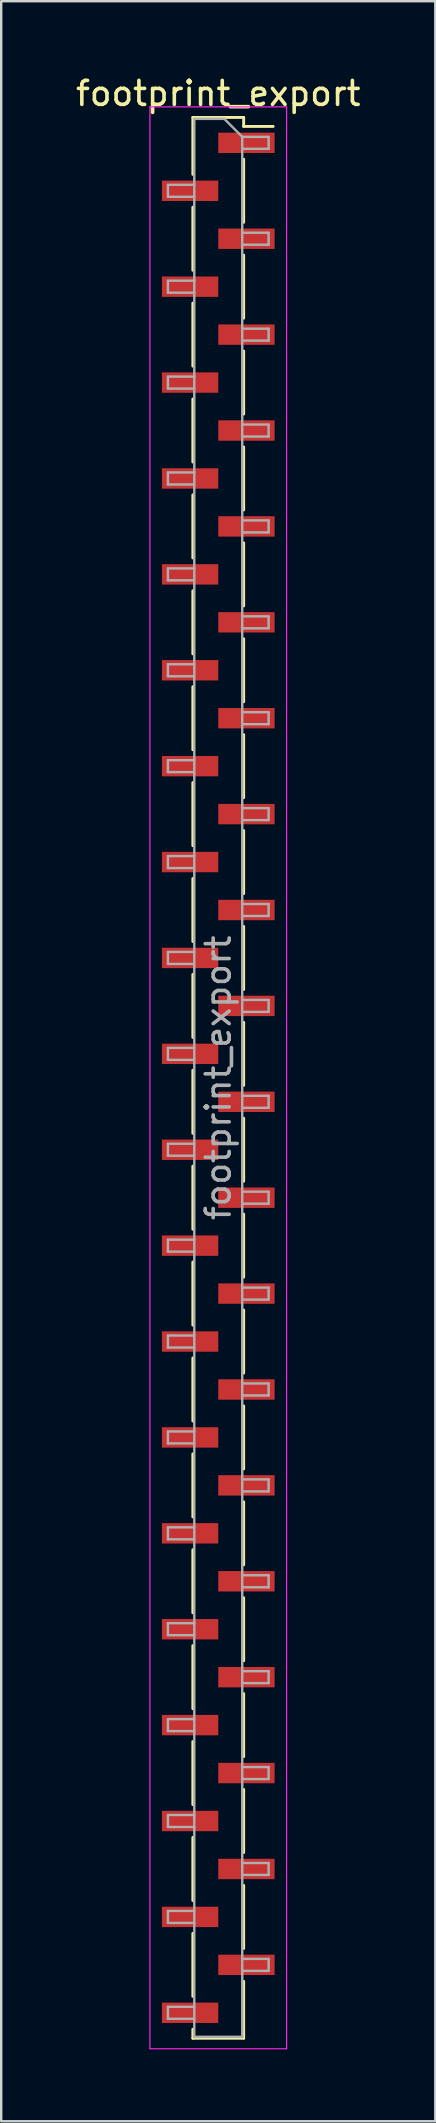
<source format=kicad_pcb>
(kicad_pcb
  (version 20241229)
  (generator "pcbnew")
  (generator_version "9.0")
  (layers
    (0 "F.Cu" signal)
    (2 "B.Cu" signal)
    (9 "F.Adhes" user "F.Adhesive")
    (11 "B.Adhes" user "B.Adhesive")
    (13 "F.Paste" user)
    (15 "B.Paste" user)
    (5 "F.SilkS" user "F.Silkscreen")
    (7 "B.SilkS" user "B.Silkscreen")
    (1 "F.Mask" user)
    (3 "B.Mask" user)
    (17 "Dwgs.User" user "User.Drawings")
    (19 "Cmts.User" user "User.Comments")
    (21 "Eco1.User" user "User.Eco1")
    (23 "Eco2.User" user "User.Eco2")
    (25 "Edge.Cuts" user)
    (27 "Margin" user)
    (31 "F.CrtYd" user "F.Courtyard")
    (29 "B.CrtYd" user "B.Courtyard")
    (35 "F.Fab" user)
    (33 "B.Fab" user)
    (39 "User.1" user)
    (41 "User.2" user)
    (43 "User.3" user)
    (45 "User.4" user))
  (footprint "footprint_export"
    (layer "F.Cu")
    (at 6.054 41.908)
    (property "Reference" "footprint_export" (at 0 -41.06 0) (layer "F.SilkS") (effects (font (size 1 1) (thickness 0.15))))
    (attr smd)
    (fp_line (start -1.06 -40.06) (end -1.06 -37.685) (stroke (width 0.12) (type solid)) (layer "F.SilkS"))
    (fp_line (start -1.06 -40.06) (end 1.06 -40.06) (stroke (width 0.12) (type solid)) (layer "F.SilkS"))
    (fp_line (start -1.06 -36.315) (end -1.06 -33.685) (stroke (width 0.12) (type solid)) (layer "F.SilkS"))
    (fp_line (start -1.06 -32.315) (end -1.06 -29.685) (stroke (width 0.12) (type solid)) (layer "F.SilkS"))
    (fp_line (start -1.06 -28.315) (end -1.06 -25.685) (stroke (width 0.12) (type solid)) (layer "F.SilkS"))
    (fp_line (start -1.06 -24.315) (end -1.06 -21.685) (stroke (width 0.12) (type solid)) (layer "F.SilkS"))
    (fp_line (start -1.06 -20.315) (end -1.06 -17.685) (stroke (width 0.12) (type solid)) (layer "F.SilkS"))
    (fp_line (start -1.06 -16.315) (end -1.06 -13.685) (stroke (width 0.12) (type solid)) (layer "F.SilkS"))
    (fp_line (start -1.06 -12.315) (end -1.06 -9.685) (stroke (width 0.12) (type solid)) (layer "F.SilkS"))
    (fp_line (start -1.06 -8.315) (end -1.06 -5.685) (stroke (width 0.12) (type solid)) (layer "F.SilkS"))
    (fp_line (start -1.06 -4.315) (end -1.06 -1.685) (stroke (width 0.12) (type solid)) (layer "F.SilkS"))
    (fp_line (start -1.06 -0.315) (end -1.06 2.315) (stroke (width 0.12) (type solid)) (layer "F.SilkS"))
    (fp_line (start -1.06 3.685) (end -1.06 6.315) (stroke (width 0.12) (type solid)) (layer "F.SilkS"))
    (fp_line (start -1.06 7.685) (end -1.06 10.315) (stroke (width 0.12) (type solid)) (layer "F.SilkS"))
    (fp_line (start -1.06 11.685) (end -1.06 14.315) (stroke (width 0.12) (type solid)) (layer "F.SilkS"))
    (fp_line (start -1.06 15.685) (end -1.06 18.315) (stroke (width 0.12) (type solid)) (layer "F.SilkS"))
    (fp_line (start -1.06 19.685) (end -1.06 22.315) (stroke (width 0.12) (type solid)) (layer "F.SilkS"))
    (fp_line (start -1.06 23.685) (end -1.06 26.315) (stroke (width 0.12) (type solid)) (layer "F.SilkS"))
    (fp_line (start -1.06 27.685) (end -1.06 30.315) (stroke (width 0.12) (type solid)) (layer "F.SilkS"))
    (fp_line (start -1.06 31.685) (end -1.06 34.315) (stroke (width 0.12) (type solid)) (layer "F.SilkS"))
    (fp_line (start -1.06 35.685) (end -1.06 38.315) (stroke (width 0.12) (type solid)) (layer "F.SilkS"))
    (fp_line (start -1.06 39.685) (end -1.06 40.06) (stroke (width 0.12) (type solid)) (layer "F.SilkS"))
    (fp_line (start -1.06 40.06) (end 1.06 40.06) (stroke (width 0.12) (type solid)) (layer "F.SilkS"))
    (fp_line (start 1.06 -40.06) (end 1.06 -39.685) (stroke (width 0.12) (type solid)) (layer "F.SilkS"))
    (fp_line (start 1.06 -39.685) (end 2.29 -39.685) (stroke (width 0.12) (type solid)) (layer "F.SilkS"))
    (fp_line (start 1.06 -38.315) (end 1.06 -35.685) (stroke (width 0.12) (type solid)) (layer "F.SilkS"))
    (fp_line (start 1.06 -34.315) (end 1.06 -31.685) (stroke (width 0.12) (type solid)) (layer "F.SilkS"))
    (fp_line (start 1.06 -30.315) (end 1.06 -27.685) (stroke (width 0.12) (type solid)) (layer "F.SilkS"))
    (fp_line (start 1.06 -26.315) (end 1.06 -23.685) (stroke (width 0.12) (type solid)) (layer "F.SilkS"))
    (fp_line (start 1.06 -22.315) (end 1.06 -19.685) (stroke (width 0.12) (type solid)) (layer "F.SilkS"))
    (fp_line (start 1.06 -18.315) (end 1.06 -15.685) (stroke (width 0.12) (type solid)) (layer "F.SilkS"))
    (fp_line (start 1.06 -14.315) (end 1.06 -11.685) (stroke (width 0.12) (type solid)) (layer "F.SilkS"))
    (fp_line (start 1.06 -10.315) (end 1.06 -7.685) (stroke (width 0.12) (type solid)) (layer "F.SilkS"))
    (fp_line (start 1.06 -6.315) (end 1.06 -3.685) (stroke (width 0.12) (type solid)) (layer "F.SilkS"))
    (fp_line (start 1.06 -2.315) (end 1.06 0.315) (stroke (width 0.12) (type solid)) (layer "F.SilkS"))
    (fp_line (start 1.06 1.685) (end 1.06 4.315) (stroke (width 0.12) (type solid)) (layer "F.SilkS"))
    (fp_line (start 1.06 5.685) (end 1.06 8.315) (stroke (width 0.12) (type solid)) (layer "F.SilkS"))
    (fp_line (start 1.06 9.685) (end 1.06 12.315) (stroke (width 0.12) (type solid)) (layer "F.SilkS"))
    (fp_line (start 1.06 13.685) (end 1.06 16.315) (stroke (width 0.12) (type solid)) (layer "F.SilkS"))
    (fp_line (start 1.06 17.685) (end 1.06 20.315) (stroke (width 0.12) (type solid)) (layer "F.SilkS"))
    (fp_line (start 1.06 21.685) (end 1.06 24.315) (stroke (width 0.12) (type solid)) (layer "F.SilkS"))
    (fp_line (start 1.06 25.685) (end 1.06 28.315) (stroke (width 0.12) (type solid)) (layer "F.SilkS"))
    (fp_line (start 1.06 29.685) (end 1.06 32.315) (stroke (width 0.12) (type solid)) (layer "F.SilkS"))
    (fp_line (start 1.06 33.685) (end 1.06 36.315) (stroke (width 0.12) (type solid)) (layer "F.SilkS"))
    (fp_line (start 1.06 37.685) (end 1.06 40.06) (stroke (width 0.12) (type solid)) (layer "F.SilkS"))
    (fp_line (start -2.85 -40.5) (end -2.85 40.5) (stroke (width 0.05) (type solid)) (layer "F.CrtYd"))
    (fp_line (start -2.85 40.5) (end 2.85 40.5) (stroke (width 0.05) (type solid)) (layer "F.CrtYd"))
    (fp_line (start 2.85 -40.5) (end -2.85 -40.5) (stroke (width 0.05) (type solid)) (layer "F.CrtYd"))
    (fp_line (start 2.85 40.5) (end 2.85 -40.5) (stroke (width 0.05) (type solid)) (layer "F.CrtYd"))
    (fp_line (start -2.1 -37.25) (end -2.1 -36.75) (stroke (width 0.1) (type solid)) (layer "F.Fab"))
    (fp_line (start -2.1 -36.75) (end -1 -36.75) (stroke (width 0.1) (type solid)) (layer "F.Fab"))
    (fp_line (start -2.1 -33.25) (end -2.1 -32.75) (stroke (width 0.1) (type solid)) (layer "F.Fab"))
    (fp_line (start -2.1 -32.75) (end -1 -32.75) (stroke (width 0.1) (type solid)) (layer "F.Fab"))
    (fp_line (start -2.1 -29.25) (end -2.1 -28.75) (stroke (width 0.1) (type solid)) (layer "F.Fab"))
    (fp_line (start -2.1 -28.75) (end -1 -28.75) (stroke (width 0.1) (type solid)) (layer "F.Fab"))
    (fp_line (start -2.1 -25.25) (end -2.1 -24.75) (stroke (width 0.1) (type solid)) (layer "F.Fab"))
    (fp_line (start -2.1 -24.75) (end -1 -24.75) (stroke (width 0.1) (type solid)) (layer "F.Fab"))
    (fp_line (start -2.1 -21.25) (end -2.1 -20.75) (stroke (width 0.1) (type solid)) (layer "F.Fab"))
    (fp_line (start -2.1 -20.75) (end -1 -20.75) (stroke (width 0.1) (type solid)) (layer "F.Fab"))
    (fp_line (start -2.1 -17.25) (end -2.1 -16.75) (stroke (width 0.1) (type solid)) (layer "F.Fab"))
    (fp_line (start -2.1 -16.75) (end -1 -16.75) (stroke (width 0.1) (type solid)) (layer "F.Fab"))
    (fp_line (start -2.1 -13.25) (end -2.1 -12.75) (stroke (width 0.1) (type solid)) (layer "F.Fab"))
    (fp_line (start -2.1 -12.75) (end -1 -12.75) (stroke (width 0.1) (type solid)) (layer "F.Fab"))
    (fp_line (start -2.1 -9.25) (end -2.1 -8.75) (stroke (width 0.1) (type solid)) (layer "F.Fab"))
    (fp_line (start -2.1 -8.75) (end -1 -8.75) (stroke (width 0.1) (type solid)) (layer "F.Fab"))
    (fp_line (start -2.1 -5.25) (end -2.1 -4.75) (stroke (width 0.1) (type solid)) (layer "F.Fab"))
    (fp_line (start -2.1 -4.75) (end -1 -4.75) (stroke (width 0.1) (type solid)) (layer "F.Fab"))
    (fp_line (start -2.1 -1.25) (end -2.1 -0.75) (stroke (width 0.1) (type solid)) (layer "F.Fab"))
    (fp_line (start -2.1 -0.75) (end -1 -0.75) (stroke (width 0.1) (type solid)) (layer "F.Fab"))
    (fp_line (start -2.1 2.75) (end -2.1 3.25) (stroke (width 0.1) (type solid)) (layer "F.Fab"))
    (fp_line (start -2.1 3.25) (end -1 3.25) (stroke (width 0.1) (type solid)) (layer "F.Fab"))
    (fp_line (start -2.1 6.75) (end -2.1 7.25) (stroke (width 0.1) (type solid)) (layer "F.Fab"))
    (fp_line (start -2.1 7.25) (end -1 7.25) (stroke (width 0.1) (type solid)) (layer "F.Fab"))
    (fp_line (start -2.1 10.75) (end -2.1 11.25) (stroke (width 0.1) (type solid)) (layer "F.Fab"))
    (fp_line (start -2.1 11.25) (end -1 11.25) (stroke (width 0.1) (type solid)) (layer "F.Fab"))
    (fp_line (start -2.1 14.75) (end -2.1 15.25) (stroke (width 0.1) (type solid)) (layer "F.Fab"))
    (fp_line (start -2.1 15.25) (end -1 15.25) (stroke (width 0.1) (type solid)) (layer "F.Fab"))
    (fp_line (start -2.1 18.75) (end -2.1 19.25) (stroke (width 0.1) (type solid)) (layer "F.Fab"))
    (fp_line (start -2.1 19.25) (end -1 19.25) (stroke (width 0.1) (type solid)) (layer "F.Fab"))
    (fp_line (start -2.1 22.75) (end -2.1 23.25) (stroke (width 0.1) (type solid)) (layer "F.Fab"))
    (fp_line (start -2.1 23.25) (end -1 23.25) (stroke (width 0.1) (type solid)) (layer "F.Fab"))
    (fp_line (start -2.1 26.75) (end -2.1 27.25) (stroke (width 0.1) (type solid)) (layer "F.Fab"))
    (fp_line (start -2.1 27.25) (end -1 27.25) (stroke (width 0.1) (type solid)) (layer "F.Fab"))
    (fp_line (start -2.1 30.75) (end -2.1 31.25) (stroke (width 0.1) (type solid)) (layer "F.Fab"))
    (fp_line (start -2.1 31.25) (end -1 31.25) (stroke (width 0.1) (type solid)) (layer "F.Fab"))
    (fp_line (start -2.1 34.75) (end -2.1 35.25) (stroke (width 0.1) (type solid)) (layer "F.Fab"))
    (fp_line (start -2.1 35.25) (end -1 35.25) (stroke (width 0.1) (type solid)) (layer "F.Fab"))
    (fp_line (start -2.1 38.75) (end -2.1 39.25) (stroke (width 0.1) (type solid)) (layer "F.Fab"))
    (fp_line (start -2.1 39.25) (end -1 39.25) (stroke (width 0.1) (type solid)) (layer "F.Fab"))
    (fp_line (start -1 -40) (end -1 40) (stroke (width 0.1) (type solid)) (layer "F.Fab"))
    (fp_line (start -1 -40) (end 0.25 -40) (stroke (width 0.1) (type solid)) (layer "F.Fab"))
    (fp_line (start -1 -37.25) (end -2.1 -37.25) (stroke (width 0.1) (type solid)) (layer "F.Fab"))
    (fp_line (start -1 -33.25) (end -2.1 -33.25) (stroke (width 0.1) (type solid)) (layer "F.Fab"))
    (fp_line (start -1 -29.25) (end -2.1 -29.25) (stroke (width 0.1) (type solid)) (layer "F.Fab"))
    (fp_line (start -1 -25.25) (end -2.1 -25.25) (stroke (width 0.1) (type solid)) (layer "F.Fab"))
    (fp_line (start -1 -21.25) (end -2.1 -21.25) (stroke (width 0.1) (type solid)) (layer "F.Fab"))
    (fp_line (start -1 -17.25) (end -2.1 -17.25) (stroke (width 0.1) (type solid)) (layer "F.Fab"))
    (fp_line (start -1 -13.25) (end -2.1 -13.25) (stroke (width 0.1) (type solid)) (layer "F.Fab"))
    (fp_line (start -1 -9.25) (end -2.1 -9.25) (stroke (width 0.1) (type solid)) (layer "F.Fab"))
    (fp_line (start -1 -5.25) (end -2.1 -5.25) (stroke (width 0.1) (type solid)) (layer "F.Fab"))
    (fp_line (start -1 -1.25) (end -2.1 -1.25) (stroke (width 0.1) (type solid)) (layer "F.Fab"))
    (fp_line (start -1 2.75) (end -2.1 2.75) (stroke (width 0.1) (type solid)) (layer "F.Fab"))
    (fp_line (start -1 6.75) (end -2.1 6.75) (stroke (width 0.1) (type solid)) (layer "F.Fab"))
    (fp_line (start -1 10.75) (end -2.1 10.75) (stroke (width 0.1) (type solid)) (layer "F.Fab"))
    (fp_line (start -1 14.75) (end -2.1 14.75) (stroke (width 0.1) (type solid)) (layer "F.Fab"))
    (fp_line (start -1 18.75) (end -2.1 18.75) (stroke (width 0.1) (type solid)) (layer "F.Fab"))
    (fp_line (start -1 22.75) (end -2.1 22.75) (stroke (width 0.1) (type solid)) (layer "F.Fab"))
    (fp_line (start -1 26.75) (end -2.1 26.75) (stroke (width 0.1) (type solid)) (layer "F.Fab"))
    (fp_line (start -1 30.75) (end -2.1 30.75) (stroke (width 0.1) (type solid)) (layer "F.Fab"))
    (fp_line (start -1 34.75) (end -2.1 34.75) (stroke (width 0.1) (type solid)) (layer "F.Fab"))
    (fp_line (start -1 38.75) (end -2.1 38.75) (stroke (width 0.1) (type solid)) (layer "F.Fab"))
    (fp_line (start 1 -39.25) (end 0.25 -40) (stroke (width 0.1) (type solid)) (layer "F.Fab"))
    (fp_line (start 1 -39.25) (end 2.1 -39.25) (stroke (width 0.1) (type solid)) (layer "F.Fab"))
    (fp_line (start 1 -35.25) (end 2.1 -35.25) (stroke (width 0.1) (type solid)) (layer "F.Fab"))
    (fp_line (start 1 -31.25) (end 2.1 -31.25) (stroke (width 0.1) (type solid)) (layer "F.Fab"))
    (fp_line (start 1 -27.25) (end 2.1 -27.25) (stroke (width 0.1) (type solid)) (layer "F.Fab"))
    (fp_line (start 1 -23.25) (end 2.1 -23.25) (stroke (width 0.1) (type solid)) (layer "F.Fab"))
    (fp_line (start 1 -19.25) (end 2.1 -19.25) (stroke (width 0.1) (type solid)) (layer "F.Fab"))
    (fp_line (start 1 -15.25) (end 2.1 -15.25) (stroke (width 0.1) (type solid)) (layer "F.Fab"))
    (fp_line (start 1 -11.25) (end 2.1 -11.25) (stroke (width 0.1) (type solid)) (layer "F.Fab"))
    (fp_line (start 1 -7.25) (end 2.1 -7.25) (stroke (width 0.1) (type solid)) (layer "F.Fab"))
    (fp_line (start 1 -3.25) (end 2.1 -3.25) (stroke (width 0.1) (type solid)) (layer "F.Fab"))
    (fp_line (start 1 0.75) (end 2.1 0.75) (stroke (width 0.1) (type solid)) (layer "F.Fab"))
    (fp_line (start 1 4.75) (end 2.1 4.75) (stroke (width 0.1) (type solid)) (layer "F.Fab"))
    (fp_line (start 1 8.75) (end 2.1 8.75) (stroke (width 0.1) (type solid)) (layer "F.Fab"))
    (fp_line (start 1 12.75) (end 2.1 12.75) (stroke (width 0.1) (type solid)) (layer "F.Fab"))
    (fp_line (start 1 16.75) (end 2.1 16.75) (stroke (width 0.1) (type solid)) (layer "F.Fab"))
    (fp_line (start 1 20.75) (end 2.1 20.75) (stroke (width 0.1) (type solid)) (layer "F.Fab"))
    (fp_line (start 1 24.75) (end 2.1 24.75) (stroke (width 0.1) (type solid)) (layer "F.Fab"))
    (fp_line (start 1 28.75) (end 2.1 28.75) (stroke (width 0.1) (type solid)) (layer "F.Fab"))
    (fp_line (start 1 32.75) (end 2.1 32.75) (stroke (width 0.1) (type solid)) (layer "F.Fab"))
    (fp_line (start 1 36.75) (end 2.1 36.75) (stroke (width 0.1) (type solid)) (layer "F.Fab"))
    (fp_line (start 1 40) (end -1 40) (stroke (width 0.1) (type solid)) (layer "F.Fab"))
    (fp_line (start 1 40) (end 1 -39.25) (stroke (width 0.1) (type solid)) (layer "F.Fab"))
    (fp_line (start 2.1 -39.25) (end 2.1 -38.75) (stroke (width 0.1) (type solid)) (layer "F.Fab"))
    (fp_line (start 2.1 -38.75) (end 1 -38.75) (stroke (width 0.1) (type solid)) (layer "F.Fab"))
    (fp_line (start 2.1 -35.25) (end 2.1 -34.75) (stroke (width 0.1) (type solid)) (layer "F.Fab"))
    (fp_line (start 2.1 -34.75) (end 1 -34.75) (stroke (width 0.1) (type solid)) (layer "F.Fab"))
    (fp_line (start 2.1 -31.25) (end 2.1 -30.75) (stroke (width 0.1) (type solid)) (layer "F.Fab"))
    (fp_line (start 2.1 -30.75) (end 1 -30.75) (stroke (width 0.1) (type solid)) (layer "F.Fab"))
    (fp_line (start 2.1 -27.25) (end 2.1 -26.75) (stroke (width 0.1) (type solid)) (layer "F.Fab"))
    (fp_line (start 2.1 -26.75) (end 1 -26.75) (stroke (width 0.1) (type solid)) (layer "F.Fab"))
    (fp_line (start 2.1 -23.25) (end 2.1 -22.75) (stroke (width 0.1) (type solid)) (layer "F.Fab"))
    (fp_line (start 2.1 -22.75) (end 1 -22.75) (stroke (width 0.1) (type solid)) (layer "F.Fab"))
    (fp_line (start 2.1 -19.25) (end 2.1 -18.75) (stroke (width 0.1) (type solid)) (layer "F.Fab"))
    (fp_line (start 2.1 -18.75) (end 1 -18.75) (stroke (width 0.1) (type solid)) (layer "F.Fab"))
    (fp_line (start 2.1 -15.25) (end 2.1 -14.75) (stroke (width 0.1) (type solid)) (layer "F.Fab"))
    (fp_line (start 2.1 -14.75) (end 1 -14.75) (stroke (width 0.1) (type solid)) (layer "F.Fab"))
    (fp_line (start 2.1 -11.25) (end 2.1 -10.75) (stroke (width 0.1) (type solid)) (layer "F.Fab"))
    (fp_line (start 2.1 -10.75) (end 1 -10.75) (stroke (width 0.1) (type solid)) (layer "F.Fab"))
    (fp_line (start 2.1 -7.25) (end 2.1 -6.75) (stroke (width 0.1) (type solid)) (layer "F.Fab"))
    (fp_line (start 2.1 -6.75) (end 1 -6.75) (stroke (width 0.1) (type solid)) (layer "F.Fab"))
    (fp_line (start 2.1 -3.25) (end 2.1 -2.75) (stroke (width 0.1) (type solid)) (layer "F.Fab"))
    (fp_line (start 2.1 -2.75) (end 1 -2.75) (stroke (width 0.1) (type solid)) (layer "F.Fab"))
    (fp_line (start 2.1 0.75) (end 2.1 1.25) (stroke (width 0.1) (type solid)) (layer "F.Fab"))
    (fp_line (start 2.1 1.25) (end 1 1.25) (stroke (width 0.1) (type solid)) (layer "F.Fab"))
    (fp_line (start 2.1 4.75) (end 2.1 5.25) (stroke (width 0.1) (type solid)) (layer "F.Fab"))
    (fp_line (start 2.1 5.25) (end 1 5.25) (stroke (width 0.1) (type solid)) (layer "F.Fab"))
    (fp_line (start 2.1 8.75) (end 2.1 9.25) (stroke (width 0.1) (type solid)) (layer "F.Fab"))
    (fp_line (start 2.1 9.25) (end 1 9.25) (stroke (width 0.1) (type solid)) (layer "F.Fab"))
    (fp_line (start 2.1 12.75) (end 2.1 13.25) (stroke (width 0.1) (type solid)) (layer "F.Fab"))
    (fp_line (start 2.1 13.25) (end 1 13.25) (stroke (width 0.1) (type solid)) (layer "F.Fab"))
    (fp_line (start 2.1 16.75) (end 2.1 17.25) (stroke (width 0.1) (type solid)) (layer "F.Fab"))
    (fp_line (start 2.1 17.25) (end 1 17.25) (stroke (width 0.1) (type solid)) (layer "F.Fab"))
    (fp_line (start 2.1 20.75) (end 2.1 21.25) (stroke (width 0.1) (type solid)) (layer "F.Fab"))
    (fp_line (start 2.1 21.25) (end 1 21.25) (stroke (width 0.1) (type solid)) (layer "F.Fab"))
    (fp_line (start 2.1 24.75) (end 2.1 25.25) (stroke (width 0.1) (type solid)) (layer "F.Fab"))
    (fp_line (start 2.1 25.25) (end 1 25.25) (stroke (width 0.1) (type solid)) (layer "F.Fab"))
    (fp_line (start 2.1 28.75) (end 2.1 29.25) (stroke (width 0.1) (type solid)) (layer "F.Fab"))
    (fp_line (start 2.1 29.25) (end 1 29.25) (stroke (width 0.1) (type solid)) (layer "F.Fab"))
    (fp_line (start 2.1 32.75) (end 2.1 33.25) (stroke (width 0.1) (type solid)) (layer "F.Fab"))
    (fp_line (start 2.1 33.25) (end 1 33.25) (stroke (width 0.1) (type solid)) (layer "F.Fab"))
    (fp_line (start 2.1 36.75) (end 2.1 37.25) (stroke (width 0.1) (type solid)) (layer "F.Fab"))
    (fp_line (start 2.1 37.25) (end 1 37.25) (stroke (width 0.1) (type solid)) (layer "F.Fab"))
    (fp_text user "${REFERENCE}" (at 0 0 90) (layer "F.Fab") (effects (font (size 1 1) (thickness 0.15))))
    (pad "1" smd rect (at 1.175 -39) (size 2.35 0.85) (layers "F.Cu" "F.Mask" "F.Paste"))
    (pad "2" smd rect (at -1.175 -37) (size 2.35 0.85) (layers "F.Cu" "F.Mask" "F.Paste"))
    (pad "3" smd rect (at 1.175 -35) (size 2.35 0.85) (layers "F.Cu" "F.Mask" "F.Paste"))
    (pad "4" smd rect (at -1.175 -33) (size 2.35 0.85) (layers "F.Cu" "F.Mask" "F.Paste"))
    (pad "5" smd rect (at 1.175 -31) (size 2.35 0.85) (layers "F.Cu" "F.Mask" "F.Paste"))
    (pad "6" smd rect (at -1.175 -29) (size 2.35 0.85) (layers "F.Cu" "F.Mask" "F.Paste"))
    (pad "7" smd rect (at 1.175 -27) (size 2.35 0.85) (layers "F.Cu" "F.Mask" "F.Paste"))
    (pad "8" smd rect (at -1.175 -25) (size 2.35 0.85) (layers "F.Cu" "F.Mask" "F.Paste"))
    (pad "9" smd rect (at 1.175 -23) (size 2.35 0.85) (layers "F.Cu" "F.Mask" "F.Paste"))
    (pad "10" smd rect (at -1.175 -21) (size 2.35 0.85) (layers "F.Cu" "F.Mask" "F.Paste"))
    (pad "11" smd rect (at 1.175 -19) (size 2.35 0.85) (layers "F.Cu" "F.Mask" "F.Paste"))
    (pad "12" smd rect (at -1.175 -17) (size 2.35 0.85) (layers "F.Cu" "F.Mask" "F.Paste"))
    (pad "13" smd rect (at 1.175 -15) (size 2.35 0.85) (layers "F.Cu" "F.Mask" "F.Paste"))
    (pad "14" smd rect (at -1.175 -13) (size 2.35 0.85) (layers "F.Cu" "F.Mask" "F.Paste"))
    (pad "15" smd rect (at 1.175 -11) (size 2.35 0.85) (layers "F.Cu" "F.Mask" "F.Paste"))
    (pad "16" smd rect (at -1.175 -9) (size 2.35 0.85) (layers "F.Cu" "F.Mask" "F.Paste"))
    (pad "17" smd rect (at 1.175 -7) (size 2.35 0.85) (layers "F.Cu" "F.Mask" "F.Paste"))
    (pad "18" smd rect (at -1.175 -5) (size 2.35 0.85) (layers "F.Cu" "F.Mask" "F.Paste"))
    (pad "19" smd rect (at 1.175 -3) (size 2.35 0.85) (layers "F.Cu" "F.Mask" "F.Paste"))
    (pad "20" smd rect (at -1.175 -1) (size 2.35 0.85) (layers "F.Cu" "F.Mask" "F.Paste"))
    (pad "21" smd rect (at 1.175 1) (size 2.35 0.85) (layers "F.Cu" "F.Mask" "F.Paste"))
    (pad "22" smd rect (at -1.175 3) (size 2.35 0.85) (layers "F.Cu" "F.Mask" "F.Paste"))
    (pad "23" smd rect (at 1.175 5) (size 2.35 0.85) (layers "F.Cu" "F.Mask" "F.Paste"))
    (pad "24" smd rect (at -1.175 7) (size 2.35 0.85) (layers "F.Cu" "F.Mask" "F.Paste"))
    (pad "25" smd rect (at 1.175 9) (size 2.35 0.85) (layers "F.Cu" "F.Mask" "F.Paste"))
    (pad "26" smd rect (at -1.175 11) (size 2.35 0.85) (layers "F.Cu" "F.Mask" "F.Paste"))
    (pad "27" smd rect (at 1.175 13) (size 2.35 0.85) (layers "F.Cu" "F.Mask" "F.Paste"))
    (pad "28" smd rect (at -1.175 15) (size 2.35 0.85) (layers "F.Cu" "F.Mask" "F.Paste"))
    (pad "29" smd rect (at 1.175 17) (size 2.35 0.85) (layers "F.Cu" "F.Mask" "F.Paste"))
    (pad "30" smd rect (at -1.175 19) (size 2.35 0.85) (layers "F.Cu" "F.Mask" "F.Paste"))
    (pad "31" smd rect (at 1.175 21) (size 2.35 0.85) (layers "F.Cu" "F.Mask" "F.Paste"))
    (pad "32" smd rect (at -1.175 23) (size 2.35 0.85) (layers "F.Cu" "F.Mask" "F.Paste"))
    (pad "33" smd rect (at 1.175 25) (size 2.35 0.85) (layers "F.Cu" "F.Mask" "F.Paste"))
    (pad "34" smd rect (at -1.175 27) (size 2.35 0.85) (layers "F.Cu" "F.Mask" "F.Paste"))
    (pad "35" smd rect (at 1.175 29) (size 2.35 0.85) (layers "F.Cu" "F.Mask" "F.Paste"))
    (pad "36" smd rect (at -1.175 31) (size 2.35 0.85) (layers "F.Cu" "F.Mask" "F.Paste"))
    (pad "37" smd rect (at 1.175 33) (size 2.35 0.85) (layers "F.Cu" "F.Mask" "F.Paste"))
    (pad "38" smd rect (at -1.175 35) (size 2.35 0.85) (layers "F.Cu" "F.Mask" "F.Paste"))
    (pad "39" smd rect (at 1.175 37) (size 2.35 0.85) (layers "F.Cu" "F.Mask" "F.Paste"))
    (pad "40" smd rect (at -1.175 39) (size 2.35 0.85) (layers "F.Cu" "F.Mask" "F.Paste")))
  (gr_rect
    (start -3 -3)
    (end 15.107 85.433)
    (stroke (width 0.1) (type default))
    (fill no)
    (layer "Edge.Cuts")))
</source>
